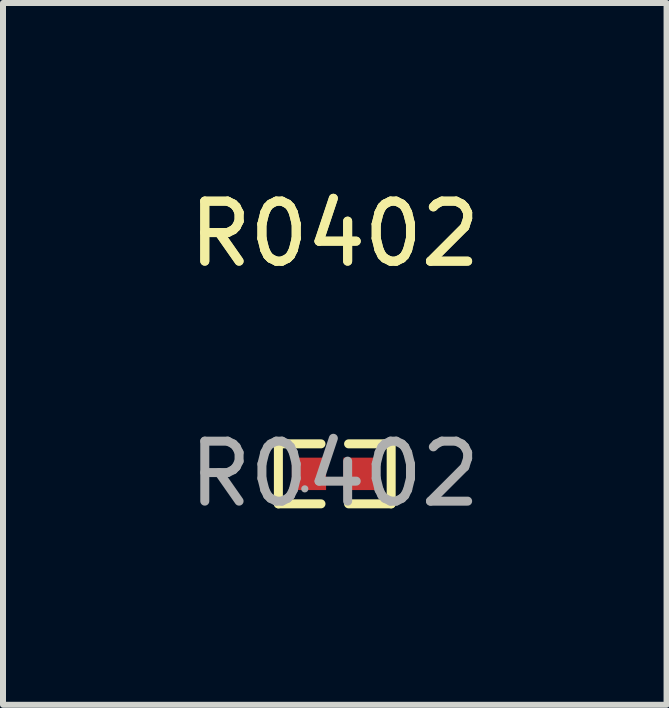
<source format=kicad_pcb>
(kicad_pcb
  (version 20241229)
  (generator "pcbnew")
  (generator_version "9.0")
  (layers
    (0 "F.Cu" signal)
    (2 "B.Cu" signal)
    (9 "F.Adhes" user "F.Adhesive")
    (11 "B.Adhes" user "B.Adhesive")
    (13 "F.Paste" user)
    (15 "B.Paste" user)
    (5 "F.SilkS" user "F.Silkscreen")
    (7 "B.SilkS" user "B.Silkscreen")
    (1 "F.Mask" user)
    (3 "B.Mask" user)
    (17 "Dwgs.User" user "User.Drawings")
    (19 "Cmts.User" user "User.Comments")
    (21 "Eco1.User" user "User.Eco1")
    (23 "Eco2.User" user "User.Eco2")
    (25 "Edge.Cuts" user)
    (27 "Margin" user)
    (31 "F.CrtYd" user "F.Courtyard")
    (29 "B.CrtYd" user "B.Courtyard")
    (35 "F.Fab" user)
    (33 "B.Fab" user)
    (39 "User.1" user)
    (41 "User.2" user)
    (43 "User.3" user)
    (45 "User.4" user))
  (footprint "R0402"
    (layer "F.Cu")
    (at 2.53 4.848)
    (property "Reference" "R0402" (at 0 -4 0) (layer "F.SilkS") (effects (font (size 1 1) (thickness 0.15))))
    (attr smd)
    (fp_line (start -0.94 -0.5) (end -0.23 -0.5) (stroke (width 0.15) (type solid)) (layer "F.SilkS"))
    (fp_line (start -0.94 0.5) (end -0.94 -0.5) (stroke (width 0.15) (type solid)) (layer "F.SilkS"))
    (fp_line (start -0.23 0.5) (end -0.94 0.5) (stroke (width 0.15) (type solid)) (layer "F.SilkS"))
    (fp_line (start 0.23 0.5) (end 0.94 0.5) (stroke (width 0.15) (type solid)) (layer "F.SilkS"))
    (fp_line (start 0.94 -0.5) (end 0.23 -0.5) (stroke (width 0.15) (type solid)) (layer "F.SilkS"))
    (fp_line (start 0.94 0.5) (end 0.94 -0.5) (stroke (width 0.15) (type solid)) (layer "F.SilkS"))
    (fp_circle (center -0.5 0.25) (end -0.47 0.25) (stroke (width 0.06) (type solid)) (fill no) (layer "F.Fab"))
    (fp_text user "${REFERENCE}" (at 0 -4 0) (layer "F.SilkS") (effects (font (size 1 1) (thickness 0.15))))
    (fp_text user "${REFERENCE}" (at 0 0 0) (layer "F.Fab") (effects (font (size 1 1) (thickness 0.15))))
    (pad "1" smd rect (at -0.43 0) (size 0.57 0.54) (layers "F.Cu" "F.Mask" "F.Paste"))
    (pad "2" smd rect (at 0.43 0) (size 0.57 0.54) (layers "F.Cu" "F.Mask" "F.Paste")))
  (gr_rect
    (start -3 -3)
    (end 8.06 8.697)
    (stroke (width 0.1) (type default))
    (fill no)
    (layer "Edge.Cuts")))
</source>
